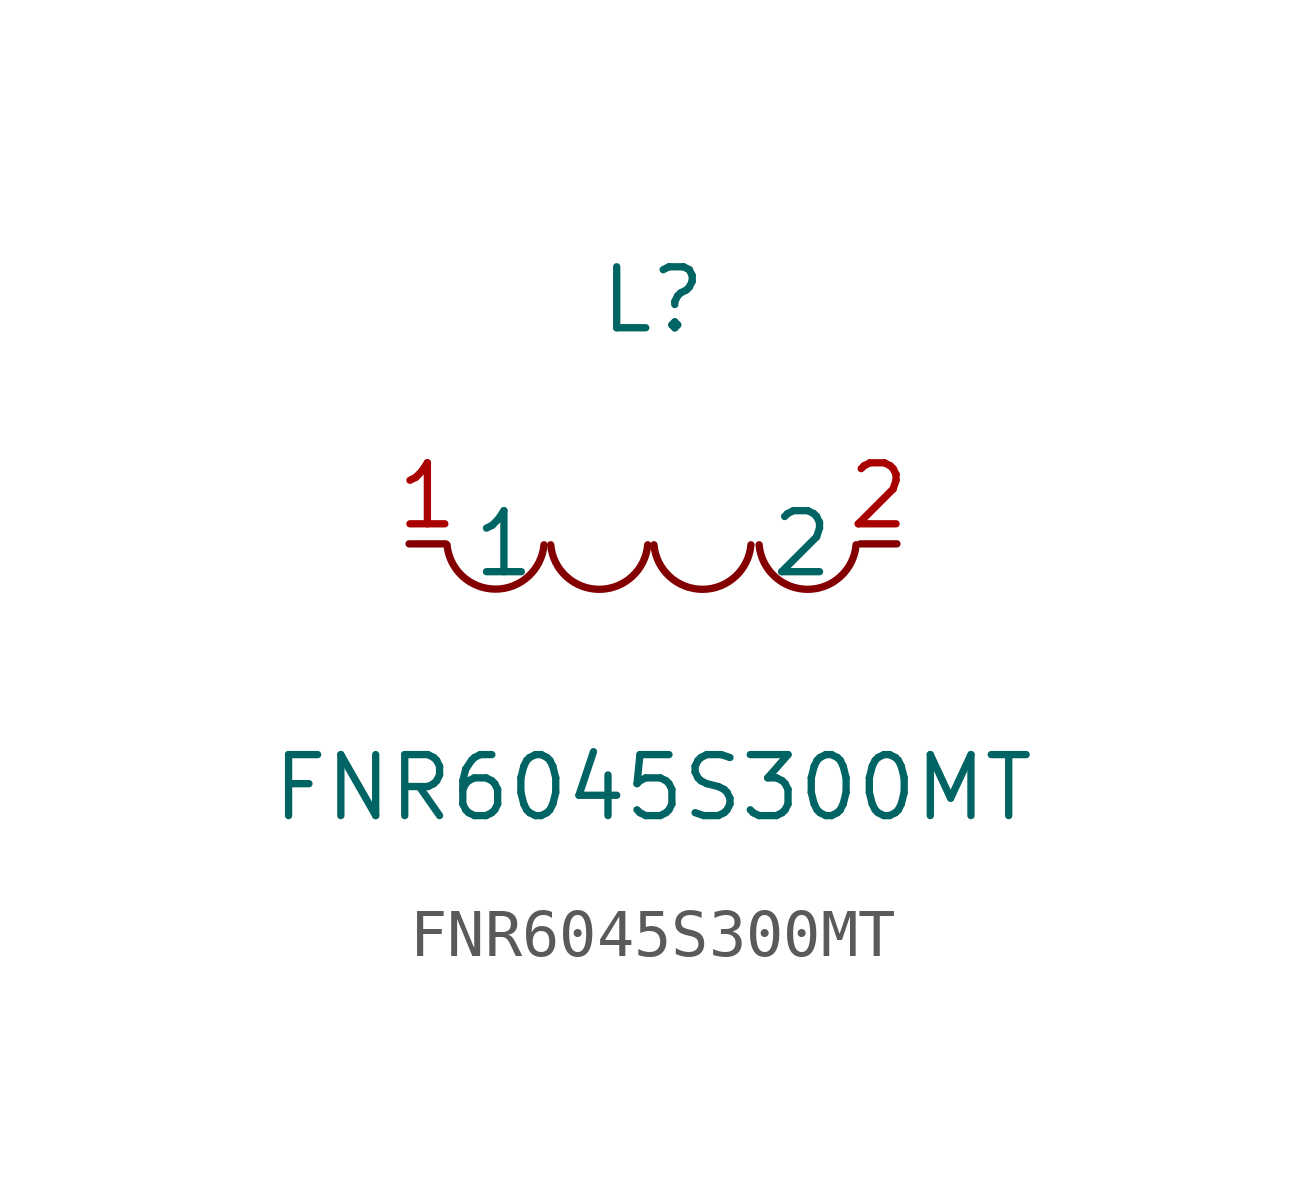
<source format=kicad_sym>
(kicad_symbol_lib
  (version 20211014)
  (generator https://github.com/uPesy/easyeda2kicad.py)
  (symbol "FNR6045S300MT"
    (property "Reference" "L"
      (at 0 5.08 0)
      (effects (font (size 1.27 1.27))))
    (property "Value" "FNR6045S300MT"
      (at 0 -5.08 0)
      (effects (font (size 1.27 1.27))))
    (symbol "FNR6045S300MT_0_1"
      (arc (start -4.29 -0.02) (mid -2.81 -1.01) (end -2.27 -0.02) (stroke (width 0) (type default) (color 0 0 0 0)) (fill (type none)))
      (arc (start -2.13 -0.02) (mid -0.66 -1.01) (end -0.11 -0.02) (stroke (width 0) (type default) (color 0 0 0 0)) (fill (type none)))
      (arc (start 0.02 -0.02) (mid 1.49 -1.01) (end 2.04 -0.02) (stroke (width 0) (type default) (color 0 0 0 0)) (fill (type none)))
      (arc (start 2.21 -0.02) (mid 3.68 -1.01) (end 4.23 -0.02) (stroke (width 0) (type default) (color 0 0 0 0)) (fill (type none)))
      (pin unspecified line (at 5.08 -0.00 180) (length 0.762) (name "2" (effects (font (size 1.27 1.27)))) (number "2" (effects (font (size 1.27 1.27)))))
      (pin unspecified line (at -5.08 -0.00 0) (length 0.762) (name "1" (effects (font (size 1.27 1.27)))) (number "1" (effects (font (size 1.27 1.27))))))))
</source>
